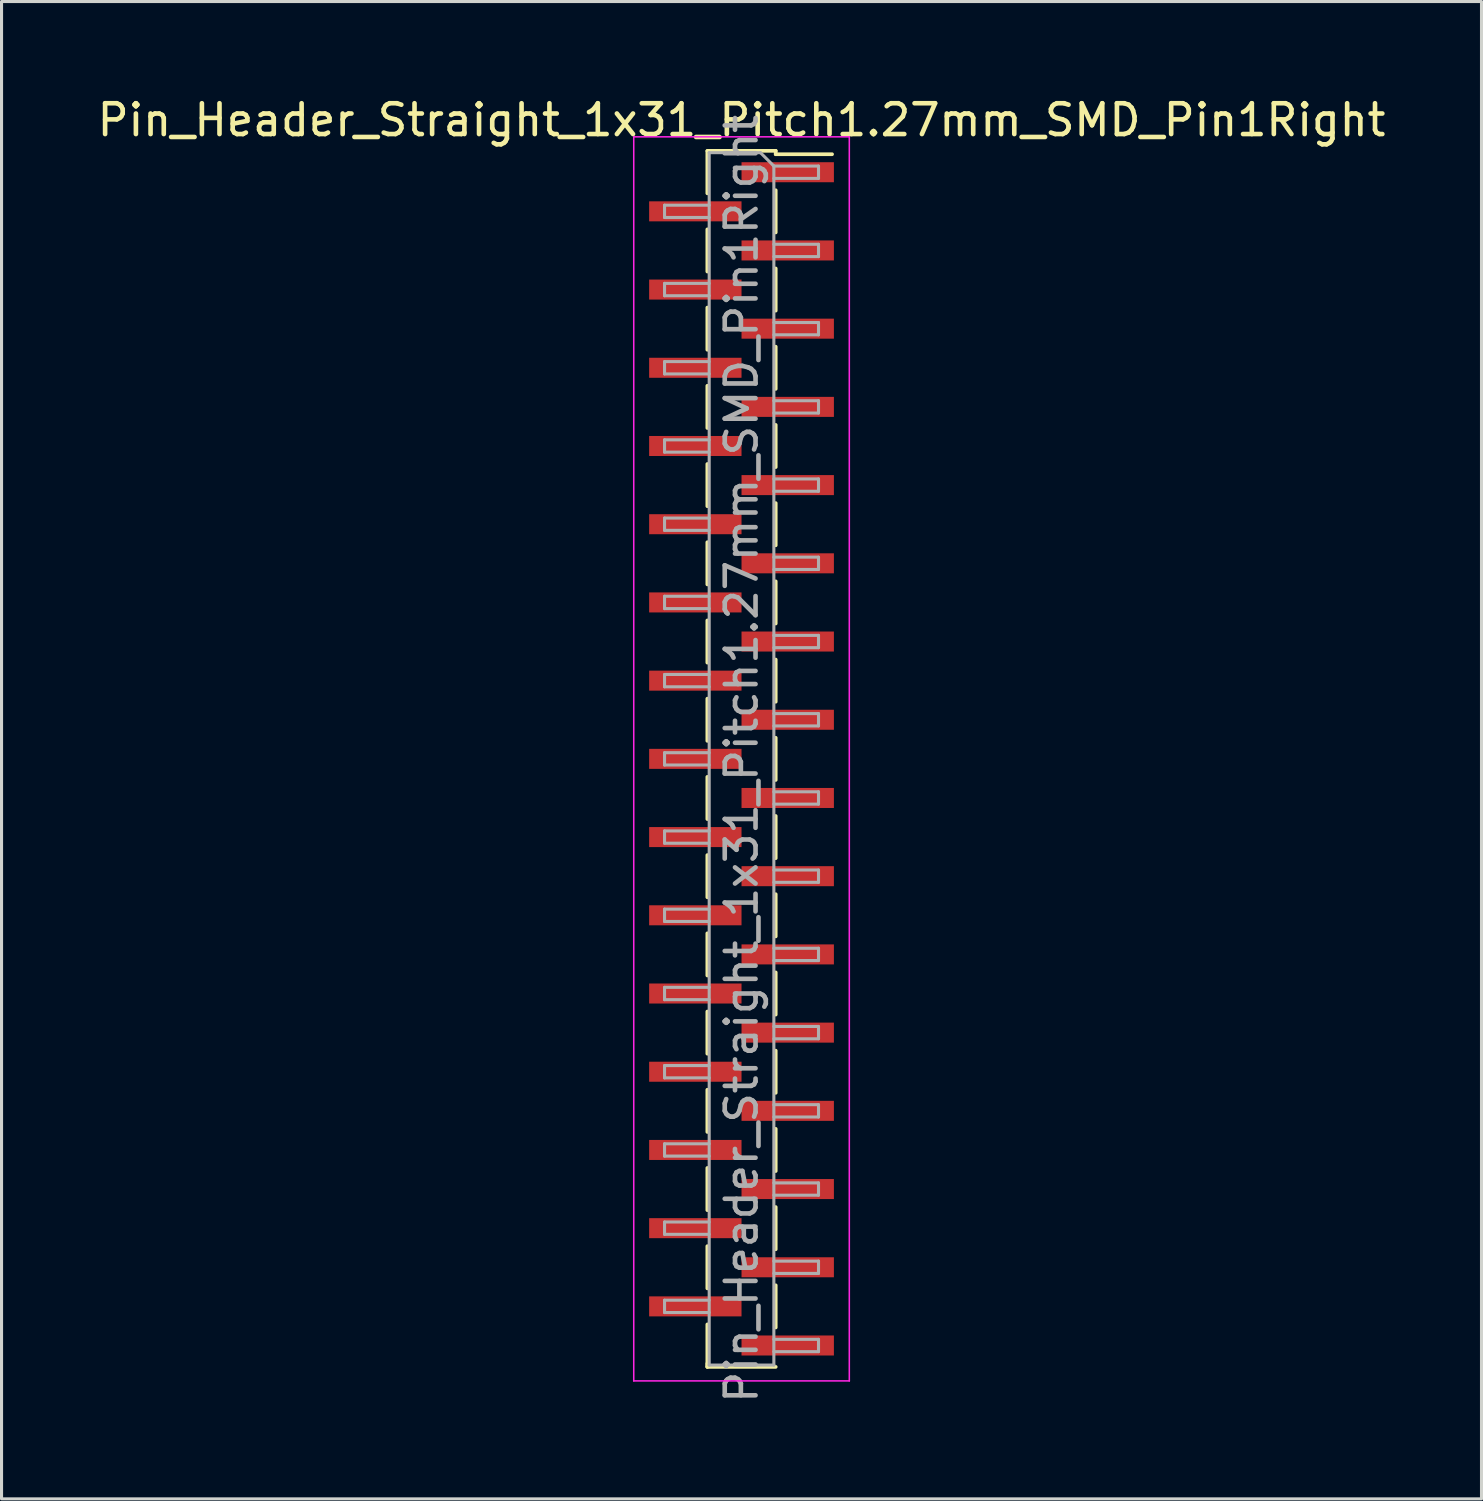
<source format=kicad_pcb>
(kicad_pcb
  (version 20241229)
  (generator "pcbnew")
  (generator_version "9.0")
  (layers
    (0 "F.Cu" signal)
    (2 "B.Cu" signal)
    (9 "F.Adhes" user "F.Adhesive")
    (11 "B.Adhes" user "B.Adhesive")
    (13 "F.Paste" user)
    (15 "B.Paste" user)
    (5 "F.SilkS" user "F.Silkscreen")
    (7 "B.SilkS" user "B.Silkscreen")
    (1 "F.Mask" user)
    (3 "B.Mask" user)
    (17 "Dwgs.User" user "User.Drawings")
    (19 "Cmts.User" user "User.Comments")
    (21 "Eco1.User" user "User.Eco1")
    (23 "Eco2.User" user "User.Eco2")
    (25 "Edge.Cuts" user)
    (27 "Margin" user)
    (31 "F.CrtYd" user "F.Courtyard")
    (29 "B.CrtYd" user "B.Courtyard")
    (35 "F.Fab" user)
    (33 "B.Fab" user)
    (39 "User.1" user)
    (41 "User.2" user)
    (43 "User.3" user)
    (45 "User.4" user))
  (footprint "Pin_Header_Straight_1x31_Pitch1.27mm_SMD_Pin1Right"
    (layer "F.Cu")
    (at 21.03 21.593)
    (property "Reference" "Pin_Header_Straight_1x31_Pitch1.27mm_SMD_Pin1Right" (at 0 -20.745 0) (layer "F.SilkS") (effects (font (size 1 1) (thickness 0.15))))
    (attr smd)
    (fp_line (start -1.11 -19.745) (end 1.11 -19.745) (stroke (width 0.12) (type solid)) (layer "F.SilkS"))
    (fp_line (start -1.11 -19.735) (end -1.11 -18.365) (stroke (width 0.12) (type solid)) (layer "F.SilkS"))
    (fp_line (start -1.11 -17.195) (end -1.11 -15.825) (stroke (width 0.12) (type solid)) (layer "F.SilkS"))
    (fp_line (start -1.11 -14.655) (end -1.11 -13.285) (stroke (width 0.12) (type solid)) (layer "F.SilkS"))
    (fp_line (start -1.11 -12.115) (end -1.11 -10.745) (stroke (width 0.12) (type solid)) (layer "F.SilkS"))
    (fp_line (start -1.11 -9.575) (end -1.11 -8.205) (stroke (width 0.12) (type solid)) (layer "F.SilkS"))
    (fp_line (start -1.11 -7.035) (end -1.11 -5.665) (stroke (width 0.12) (type solid)) (layer "F.SilkS"))
    (fp_line (start -1.11 -4.495) (end -1.11 -3.125) (stroke (width 0.12) (type solid)) (layer "F.SilkS"))
    (fp_line (start -1.11 -1.955) (end -1.11 -0.585) (stroke (width 0.12) (type solid)) (layer "F.SilkS"))
    (fp_line (start -1.11 0.585) (end -1.11 1.955) (stroke (width 0.12) (type solid)) (layer "F.SilkS"))
    (fp_line (start -1.11 3.125) (end -1.11 4.495) (stroke (width 0.12) (type solid)) (layer "F.SilkS"))
    (fp_line (start -1.11 5.665) (end -1.11 7.035) (stroke (width 0.12) (type solid)) (layer "F.SilkS"))
    (fp_line (start -1.11 8.205) (end -1.11 9.575) (stroke (width 0.12) (type solid)) (layer "F.SilkS"))
    (fp_line (start -1.11 10.745) (end -1.11 12.115) (stroke (width 0.12) (type solid)) (layer "F.SilkS"))
    (fp_line (start -1.11 13.285) (end -1.11 14.655) (stroke (width 0.12) (type solid)) (layer "F.SilkS"))
    (fp_line (start -1.11 15.825) (end -1.11 17.195) (stroke (width 0.12) (type solid)) (layer "F.SilkS"))
    (fp_line (start -1.11 18.365) (end -1.11 19.735) (stroke (width 0.12) (type solid)) (layer "F.SilkS"))
    (fp_line (start -1.11 19.635) (end -1.11 19.745) (stroke (width 0.12) (type solid)) (layer "F.SilkS"))
    (fp_line (start -1.11 19.745) (end 1.11 19.745) (stroke (width 0.12) (type solid)) (layer "F.SilkS"))
    (fp_line (start 1.11 -19.745) (end 1.11 -19.635) (stroke (width 0.12) (type solid)) (layer "F.SilkS"))
    (fp_line (start 1.11 -19.635) (end 2.94 -19.635) (stroke (width 0.12) (type solid)) (layer "F.SilkS"))
    (fp_line (start 1.11 -18.465) (end 1.11 -17.095) (stroke (width 0.12) (type solid)) (layer "F.SilkS"))
    (fp_line (start 1.11 -15.925) (end 1.11 -14.555) (stroke (width 0.12) (type solid)) (layer "F.SilkS"))
    (fp_line (start 1.11 -13.385) (end 1.11 -12.015) (stroke (width 0.12) (type solid)) (layer "F.SilkS"))
    (fp_line (start 1.11 -10.845) (end 1.11 -9.475) (stroke (width 0.12) (type solid)) (layer "F.SilkS"))
    (fp_line (start 1.11 -8.305) (end 1.11 -6.935) (stroke (width 0.12) (type solid)) (layer "F.SilkS"))
    (fp_line (start 1.11 -5.765) (end 1.11 -4.395) (stroke (width 0.12) (type solid)) (layer "F.SilkS"))
    (fp_line (start 1.11 -3.225) (end 1.11 -1.855) (stroke (width 0.12) (type solid)) (layer "F.SilkS"))
    (fp_line (start 1.11 -0.685) (end 1.11 0.685) (stroke (width 0.12) (type solid)) (layer "F.SilkS"))
    (fp_line (start 1.11 1.855) (end 1.11 3.225) (stroke (width 0.12) (type solid)) (layer "F.SilkS"))
    (fp_line (start 1.11 4.395) (end 1.11 5.765) (stroke (width 0.12) (type solid)) (layer "F.SilkS"))
    (fp_line (start 1.11 6.935) (end 1.11 8.305) (stroke (width 0.12) (type solid)) (layer "F.SilkS"))
    (fp_line (start 1.11 9.475) (end 1.11 10.845) (stroke (width 0.12) (type solid)) (layer "F.SilkS"))
    (fp_line (start 1.11 12.015) (end 1.11 13.385) (stroke (width 0.12) (type solid)) (layer "F.SilkS"))
    (fp_line (start 1.11 14.555) (end 1.11 15.925) (stroke (width 0.12) (type solid)) (layer "F.SilkS"))
    (fp_line (start 1.11 17.095) (end 1.11 18.465) (stroke (width 0.12) (type solid)) (layer "F.SilkS"))
    (fp_line (start -3.5 -20.2) (end -3.5 20.2) (stroke (width 0.05) (type solid)) (layer "F.CrtYd"))
    (fp_line (start -3.5 20.2) (end 3.5 20.2) (stroke (width 0.05) (type solid)) (layer "F.CrtYd"))
    (fp_line (start 3.5 -20.2) (end -3.5 -20.2) (stroke (width 0.05) (type solid)) (layer "F.CrtYd"))
    (fp_line (start 3.5 20.2) (end 3.5 -20.2) (stroke (width 0.05) (type solid)) (layer "F.CrtYd"))
    (fp_line (start -2.5 -17.98) (end -2.5 -17.58) (stroke (width 0.1) (type solid)) (layer "F.Fab"))
    (fp_line (start -2.5 -17.58) (end -1.05 -17.58) (stroke (width 0.1) (type solid)) (layer "F.Fab"))
    (fp_line (start -2.5 -15.44) (end -2.5 -15.04) (stroke (width 0.1) (type solid)) (layer "F.Fab"))
    (fp_line (start -2.5 -15.04) (end -1.05 -15.04) (stroke (width 0.1) (type solid)) (layer "F.Fab"))
    (fp_line (start -2.5 -12.9) (end -2.5 -12.5) (stroke (width 0.1) (type solid)) (layer "F.Fab"))
    (fp_line (start -2.5 -12.5) (end -1.05 -12.5) (stroke (width 0.1) (type solid)) (layer "F.Fab"))
    (fp_line (start -2.5 -10.36) (end -2.5 -9.96) (stroke (width 0.1) (type solid)) (layer "F.Fab"))
    (fp_line (start -2.5 -9.96) (end -1.05 -9.96) (stroke (width 0.1) (type solid)) (layer "F.Fab"))
    (fp_line (start -2.5 -7.82) (end -2.5 -7.42) (stroke (width 0.1) (type solid)) (layer "F.Fab"))
    (fp_line (start -2.5 -7.42) (end -1.05 -7.42) (stroke (width 0.1) (type solid)) (layer "F.Fab"))
    (fp_line (start -2.5 -5.28) (end -2.5 -4.88) (stroke (width 0.1) (type solid)) (layer "F.Fab"))
    (fp_line (start -2.5 -4.88) (end -1.05 -4.88) (stroke (width 0.1) (type solid)) (layer "F.Fab"))
    (fp_line (start -2.5 -2.74) (end -2.5 -2.34) (stroke (width 0.1) (type solid)) (layer "F.Fab"))
    (fp_line (start -2.5 -2.34) (end -1.05 -2.34) (stroke (width 0.1) (type solid)) (layer "F.Fab"))
    (fp_line (start -2.5 -0.2) (end -2.5 0.2) (stroke (width 0.1) (type solid)) (layer "F.Fab"))
    (fp_line (start -2.5 0.2) (end -1.05 0.2) (stroke (width 0.1) (type solid)) (layer "F.Fab"))
    (fp_line (start -2.5 2.34) (end -2.5 2.74) (stroke (width 0.1) (type solid)) (layer "F.Fab"))
    (fp_line (start -2.5 2.74) (end -1.05 2.74) (stroke (width 0.1) (type solid)) (layer "F.Fab"))
    (fp_line (start -2.5 4.88) (end -2.5 5.28) (stroke (width 0.1) (type solid)) (layer "F.Fab"))
    (fp_line (start -2.5 5.28) (end -1.05 5.28) (stroke (width 0.1) (type solid)) (layer "F.Fab"))
    (fp_line (start -2.5 7.42) (end -2.5 7.82) (stroke (width 0.1) (type solid)) (layer "F.Fab"))
    (fp_line (start -2.5 7.82) (end -1.05 7.82) (stroke (width 0.1) (type solid)) (layer "F.Fab"))
    (fp_line (start -2.5 9.96) (end -2.5 10.36) (stroke (width 0.1) (type solid)) (layer "F.Fab"))
    (fp_line (start -2.5 10.36) (end -1.05 10.36) (stroke (width 0.1) (type solid)) (layer "F.Fab"))
    (fp_line (start -2.5 12.5) (end -2.5 12.9) (stroke (width 0.1) (type solid)) (layer "F.Fab"))
    (fp_line (start -2.5 12.9) (end -1.05 12.9) (stroke (width 0.1) (type solid)) (layer "F.Fab"))
    (fp_line (start -2.5 15.04) (end -2.5 15.44) (stroke (width 0.1) (type solid)) (layer "F.Fab"))
    (fp_line (start -2.5 15.44) (end -1.05 15.44) (stroke (width 0.1) (type solid)) (layer "F.Fab"))
    (fp_line (start -2.5 17.58) (end -2.5 17.98) (stroke (width 0.1) (type solid)) (layer "F.Fab"))
    (fp_line (start -2.5 17.98) (end -1.05 17.98) (stroke (width 0.1) (type solid)) (layer "F.Fab"))
    (fp_line (start -1.05 -19.685) (end -1.05 19.685) (stroke (width 0.1) (type solid)) (layer "F.Fab"))
    (fp_line (start -1.05 -19.685) (end 0.615 -19.685) (stroke (width 0.1) (type solid)) (layer "F.Fab"))
    (fp_line (start -1.05 -17.98) (end -2.5 -17.98) (stroke (width 0.1) (type solid)) (layer "F.Fab"))
    (fp_line (start -1.05 -15.44) (end -2.5 -15.44) (stroke (width 0.1) (type solid)) (layer "F.Fab"))
    (fp_line (start -1.05 -12.9) (end -2.5 -12.9) (stroke (width 0.1) (type solid)) (layer "F.Fab"))
    (fp_line (start -1.05 -10.36) (end -2.5 -10.36) (stroke (width 0.1) (type solid)) (layer "F.Fab"))
    (fp_line (start -1.05 -7.82) (end -2.5 -7.82) (stroke (width 0.1) (type solid)) (layer "F.Fab"))
    (fp_line (start -1.05 -5.28) (end -2.5 -5.28) (stroke (width 0.1) (type solid)) (layer "F.Fab"))
    (fp_line (start -1.05 -2.74) (end -2.5 -2.74) (stroke (width 0.1) (type solid)) (layer "F.Fab"))
    (fp_line (start -1.05 -0.2) (end -2.5 -0.2) (stroke (width 0.1) (type solid)) (layer "F.Fab"))
    (fp_line (start -1.05 2.34) (end -2.5 2.34) (stroke (width 0.1) (type solid)) (layer "F.Fab"))
    (fp_line (start -1.05 4.88) (end -2.5 4.88) (stroke (width 0.1) (type solid)) (layer "F.Fab"))
    (fp_line (start -1.05 7.42) (end -2.5 7.42) (stroke (width 0.1) (type solid)) (layer "F.Fab"))
    (fp_line (start -1.05 9.96) (end -2.5 9.96) (stroke (width 0.1) (type solid)) (layer "F.Fab"))
    (fp_line (start -1.05 12.5) (end -2.5 12.5) (stroke (width 0.1) (type solid)) (layer "F.Fab"))
    (fp_line (start -1.05 15.04) (end -2.5 15.04) (stroke (width 0.1) (type solid)) (layer "F.Fab"))
    (fp_line (start -1.05 17.58) (end -2.5 17.58) (stroke (width 0.1) (type solid)) (layer "F.Fab"))
    (fp_line (start 1.05 -19.25) (end 0.615 -19.685) (stroke (width 0.1) (type solid)) (layer "F.Fab"))
    (fp_line (start 1.05 -19.25) (end 2.5 -19.25) (stroke (width 0.1) (type solid)) (layer "F.Fab"))
    (fp_line (start 1.05 -16.71) (end 2.5 -16.71) (stroke (width 0.1) (type solid)) (layer "F.Fab"))
    (fp_line (start 1.05 -14.17) (end 2.5 -14.17) (stroke (width 0.1) (type solid)) (layer "F.Fab"))
    (fp_line (start 1.05 -11.63) (end 2.5 -11.63) (stroke (width 0.1) (type solid)) (layer "F.Fab"))
    (fp_line (start 1.05 -9.09) (end 2.5 -9.09) (stroke (width 0.1) (type solid)) (layer "F.Fab"))
    (fp_line (start 1.05 -6.55) (end 2.5 -6.55) (stroke (width 0.1) (type solid)) (layer "F.Fab"))
    (fp_line (start 1.05 -4.01) (end 2.5 -4.01) (stroke (width 0.1) (type solid)) (layer "F.Fab"))
    (fp_line (start 1.05 -1.47) (end 2.5 -1.47) (stroke (width 0.1) (type solid)) (layer "F.Fab"))
    (fp_line (start 1.05 1.07) (end 2.5 1.07) (stroke (width 0.1) (type solid)) (layer "F.Fab"))
    (fp_line (start 1.05 3.61) (end 2.5 3.61) (stroke (width 0.1) (type solid)) (layer "F.Fab"))
    (fp_line (start 1.05 6.15) (end 2.5 6.15) (stroke (width 0.1) (type solid)) (layer "F.Fab"))
    (fp_line (start 1.05 8.69) (end 2.5 8.69) (stroke (width 0.1) (type solid)) (layer "F.Fab"))
    (fp_line (start 1.05 11.23) (end 2.5 11.23) (stroke (width 0.1) (type solid)) (layer "F.Fab"))
    (fp_line (start 1.05 13.77) (end 2.5 13.77) (stroke (width 0.1) (type solid)) (layer "F.Fab"))
    (fp_line (start 1.05 16.31) (end 2.5 16.31) (stroke (width 0.1) (type solid)) (layer "F.Fab"))
    (fp_line (start 1.05 18.85) (end 2.5 18.85) (stroke (width 0.1) (type solid)) (layer "F.Fab"))
    (fp_line (start 1.05 19.685) (end -1.05 19.685) (stroke (width 0.1) (type solid)) (layer "F.Fab"))
    (fp_line (start 1.05 19.685) (end 1.05 -19.25) (stroke (width 0.1) (type solid)) (layer "F.Fab"))
    (fp_line (start 2.5 -19.25) (end 2.5 -18.85) (stroke (width 0.1) (type solid)) (layer "F.Fab"))
    (fp_line (start 2.5 -18.85) (end 1.05 -18.85) (stroke (width 0.1) (type solid)) (layer "F.Fab"))
    (fp_line (start 2.5 -16.71) (end 2.5 -16.31) (stroke (width 0.1) (type solid)) (layer "F.Fab"))
    (fp_line (start 2.5 -16.31) (end 1.05 -16.31) (stroke (width 0.1) (type solid)) (layer "F.Fab"))
    (fp_line (start 2.5 -14.17) (end 2.5 -13.77) (stroke (width 0.1) (type solid)) (layer "F.Fab"))
    (fp_line (start 2.5 -13.77) (end 1.05 -13.77) (stroke (width 0.1) (type solid)) (layer "F.Fab"))
    (fp_line (start 2.5 -11.63) (end 2.5 -11.23) (stroke (width 0.1) (type solid)) (layer "F.Fab"))
    (fp_line (start 2.5 -11.23) (end 1.05 -11.23) (stroke (width 0.1) (type solid)) (layer "F.Fab"))
    (fp_line (start 2.5 -9.09) (end 2.5 -8.69) (stroke (width 0.1) (type solid)) (layer "F.Fab"))
    (fp_line (start 2.5 -8.69) (end 1.05 -8.69) (stroke (width 0.1) (type solid)) (layer "F.Fab"))
    (fp_line (start 2.5 -6.55) (end 2.5 -6.15) (stroke (width 0.1) (type solid)) (layer "F.Fab"))
    (fp_line (start 2.5 -6.15) (end 1.05 -6.15) (stroke (width 0.1) (type solid)) (layer "F.Fab"))
    (fp_line (start 2.5 -4.01) (end 2.5 -3.61) (stroke (width 0.1) (type solid)) (layer "F.Fab"))
    (fp_line (start 2.5 -3.61) (end 1.05 -3.61) (stroke (width 0.1) (type solid)) (layer "F.Fab"))
    (fp_line (start 2.5 -1.47) (end 2.5 -1.07) (stroke (width 0.1) (type solid)) (layer "F.Fab"))
    (fp_line (start 2.5 -1.07) (end 1.05 -1.07) (stroke (width 0.1) (type solid)) (layer "F.Fab"))
    (fp_line (start 2.5 1.07) (end 2.5 1.47) (stroke (width 0.1) (type solid)) (layer "F.Fab"))
    (fp_line (start 2.5 1.47) (end 1.05 1.47) (stroke (width 0.1) (type solid)) (layer "F.Fab"))
    (fp_line (start 2.5 3.61) (end 2.5 4.01) (stroke (width 0.1) (type solid)) (layer "F.Fab"))
    (fp_line (start 2.5 4.01) (end 1.05 4.01) (stroke (width 0.1) (type solid)) (layer "F.Fab"))
    (fp_line (start 2.5 6.15) (end 2.5 6.55) (stroke (width 0.1) (type solid)) (layer "F.Fab"))
    (fp_line (start 2.5 6.55) (end 1.05 6.55) (stroke (width 0.1) (type solid)) (layer "F.Fab"))
    (fp_line (start 2.5 8.69) (end 2.5 9.09) (stroke (width 0.1) (type solid)) (layer "F.Fab"))
    (fp_line (start 2.5 9.09) (end 1.05 9.09) (stroke (width 0.1) (type solid)) (layer "F.Fab"))
    (fp_line (start 2.5 11.23) (end 2.5 11.63) (stroke (width 0.1) (type solid)) (layer "F.Fab"))
    (fp_line (start 2.5 11.63) (end 1.05 11.63) (stroke (width 0.1) (type solid)) (layer "F.Fab"))
    (fp_line (start 2.5 13.77) (end 2.5 14.17) (stroke (width 0.1) (type solid)) (layer "F.Fab"))
    (fp_line (start 2.5 14.17) (end 1.05 14.17) (stroke (width 0.1) (type solid)) (layer "F.Fab"))
    (fp_line (start 2.5 16.31) (end 2.5 16.71) (stroke (width 0.1) (type solid)) (layer "F.Fab"))
    (fp_line (start 2.5 16.71) (end 1.05 16.71) (stroke (width 0.1) (type solid)) (layer "F.Fab"))
    (fp_line (start 2.5 18.85) (end 2.5 19.25) (stroke (width 0.1) (type solid)) (layer "F.Fab"))
    (fp_line (start 2.5 19.25) (end 1.05 19.25) (stroke (width 0.1) (type solid)) (layer "F.Fab"))
    (fp_text user "${REFERENCE}" (at 0 0 90) (layer "F.Fab") (effects (font (size 1 1) (thickness 0.15))))
    (pad "1" smd rect (at 1.5 -19.05) (size 3 0.65) (layers "F.Cu" "F.Mask" "F.Paste"))
    (pad "2" smd rect (at -1.5 -17.78) (size 3 0.65) (layers "F.Cu" "F.Mask" "F.Paste"))
    (pad "3" smd rect (at 1.5 -16.51) (size 3 0.65) (layers "F.Cu" "F.Mask" "F.Paste"))
    (pad "4" smd rect (at -1.5 -15.24) (size 3 0.65) (layers "F.Cu" "F.Mask" "F.Paste"))
    (pad "5" smd rect (at 1.5 -13.97) (size 3 0.65) (layers "F.Cu" "F.Mask" "F.Paste"))
    (pad "6" smd rect (at -1.5 -12.7) (size 3 0.65) (layers "F.Cu" "F.Mask" "F.Paste"))
    (pad "7" smd rect (at 1.5 -11.43) (size 3 0.65) (layers "F.Cu" "F.Mask" "F.Paste"))
    (pad "8" smd rect (at -1.5 -10.16) (size 3 0.65) (layers "F.Cu" "F.Mask" "F.Paste"))
    (pad "9" smd rect (at 1.5 -8.89) (size 3 0.65) (layers "F.Cu" "F.Mask" "F.Paste"))
    (pad "10" smd rect (at -1.5 -7.62) (size 3 0.65) (layers "F.Cu" "F.Mask" "F.Paste"))
    (pad "11" smd rect (at 1.5 -6.35) (size 3 0.65) (layers "F.Cu" "F.Mask" "F.Paste"))
    (pad "12" smd rect (at -1.5 -5.08) (size 3 0.65) (layers "F.Cu" "F.Mask" "F.Paste"))
    (pad "13" smd rect (at 1.5 -3.81) (size 3 0.65) (layers "F.Cu" "F.Mask" "F.Paste"))
    (pad "14" smd rect (at -1.5 -2.54) (size 3 0.65) (layers "F.Cu" "F.Mask" "F.Paste"))
    (pad "15" smd rect (at 1.5 -1.27) (size 3 0.65) (layers "F.Cu" "F.Mask" "F.Paste"))
    (pad "16" smd rect (at -1.5 0) (size 3 0.65) (layers "F.Cu" "F.Mask" "F.Paste"))
    (pad "17" smd rect (at 1.5 1.27) (size 3 0.65) (layers "F.Cu" "F.Mask" "F.Paste"))
    (pad "18" smd rect (at -1.5 2.54) (size 3 0.65) (layers "F.Cu" "F.Mask" "F.Paste"))
    (pad "19" smd rect (at 1.5 3.81) (size 3 0.65) (layers "F.Cu" "F.Mask" "F.Paste"))
    (pad "20" smd rect (at -1.5 5.08) (size 3 0.65) (layers "F.Cu" "F.Mask" "F.Paste"))
    (pad "21" smd rect (at 1.5 6.35) (size 3 0.65) (layers "F.Cu" "F.Mask" "F.Paste"))
    (pad "22" smd rect (at -1.5 7.62) (size 3 0.65) (layers "F.Cu" "F.Mask" "F.Paste"))
    (pad "23" smd rect (at 1.5 8.89) (size 3 0.65) (layers "F.Cu" "F.Mask" "F.Paste"))
    (pad "24" smd rect (at -1.5 10.16) (size 3 0.65) (layers "F.Cu" "F.Mask" "F.Paste"))
    (pad "25" smd rect (at 1.5 11.43) (size 3 0.65) (layers "F.Cu" "F.Mask" "F.Paste"))
    (pad "26" smd rect (at -1.5 12.7) (size 3 0.65) (layers "F.Cu" "F.Mask" "F.Paste"))
    (pad "27" smd rect (at 1.5 13.97) (size 3 0.65) (layers "F.Cu" "F.Mask" "F.Paste"))
    (pad "28" smd rect (at -1.5 15.24) (size 3 0.65) (layers "F.Cu" "F.Mask" "F.Paste"))
    (pad "29" smd rect (at 1.5 16.51) (size 3 0.65) (layers "F.Cu" "F.Mask" "F.Paste"))
    (pad "30" smd rect (at -1.5 17.78) (size 3 0.65) (layers "F.Cu" "F.Mask" "F.Paste"))
    (pad "31" smd rect (at 1.5 19.05) (size 3 0.65) (layers "F.Cu" "F.Mask" "F.Paste")))
  (gr_rect
    (start -3 -3)
    (end 45.06 45.623)
    (stroke (width 0.1) (type default))
    (fill no)
    (layer "Edge.Cuts")))
</source>
